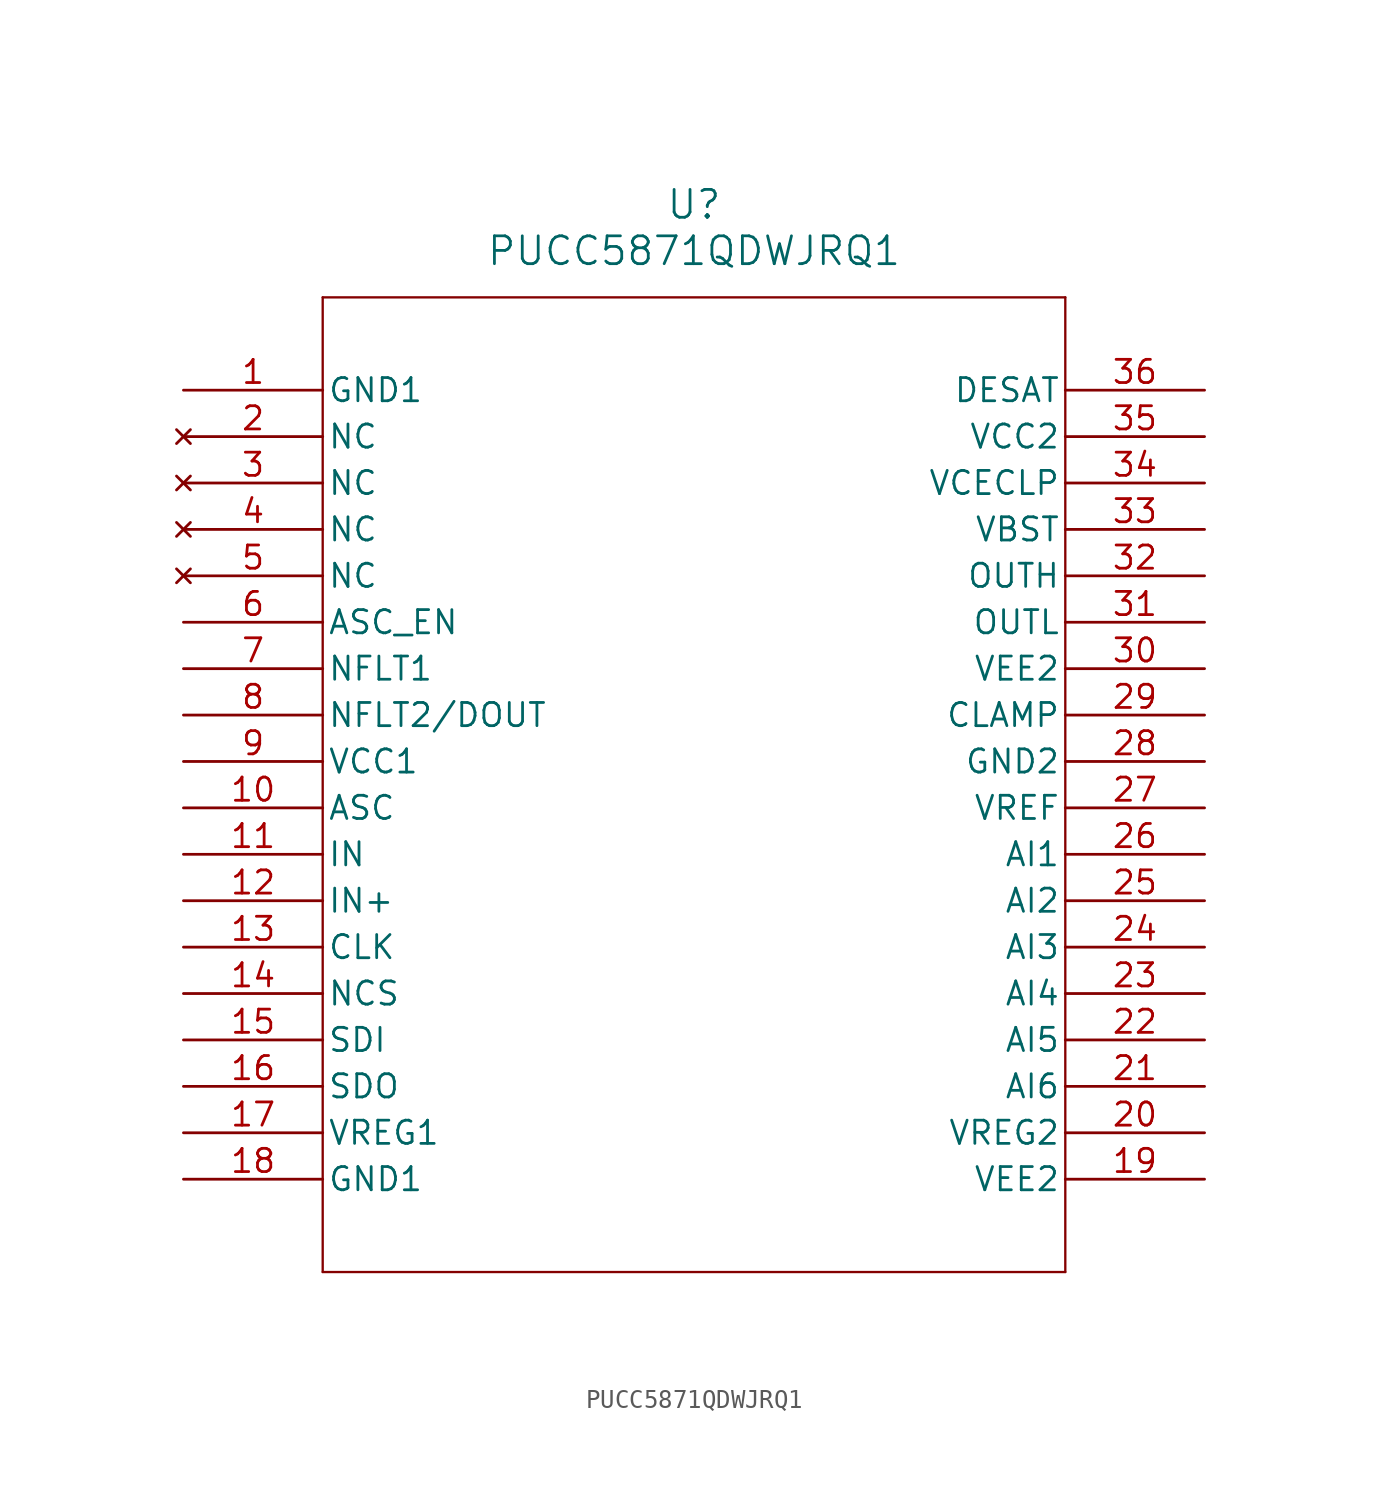
<source format=kicad_sym>
(kicad_symbol_lib
  (version 20211014)
  (generator kicad_symbol_editor)
  (symbol "PUCC5871QDWJRQ1"
    (pin_names
      (offset 0.254))
    (property "Reference" "U"
      (at 27.94 10.16 0)
      (effects (font (size 1.524 1.524))))
    (property "Value" "PUCC5871QDWJRQ1"
      (at 27.94 7.62 0)
      (effects (font (size 1.524 1.524))))
    (symbol "PUCC5871QDWJRQ1_0_1"
      (polyline (pts (xy 7.62 5.08) (xy 7.62 -48.26)) (stroke (width 0.127) (type default) (color 0 0 0 0)) (fill (type none)))
      (polyline (pts (xy 7.62 -48.26) (xy 48.26 -48.26)) (stroke (width 0.127) (type default) (color 0 0 0 0)) (fill (type none)))
      (polyline (pts (xy 48.26 -48.26) (xy 48.26 5.08)) (stroke (width 0.127) (type default) (color 0 0 0 0)) (fill (type none)))
      (polyline (pts (xy 48.26 5.08) (xy 7.62 5.08)) (stroke (width 0.127) (type default) (color 0 0 0 0)) (fill (type none)))
      (pin power_out line (at 0 0 0) (length 7.62) (name "GND1" (effects (font (size 1.27 1.27)))) (number "1" (effects (font (size 1.27 1.27)))))
      (pin no_connect line (at 0 -2.54 0) (length 7.62) (name "NC" (effects (font (size 1.27 1.27)))) (number "2" (effects (font (size 1.27 1.27)))))
      (pin no_connect line (at 0 -5.08 0) (length 7.62) (name "NC" (effects (font (size 1.27 1.27)))) (number "3" (effects (font (size 1.27 1.27)))))
      (pin no_connect line (at 0 -7.62 0) (length 7.62) (name "NC" (effects (font (size 1.27 1.27)))) (number "4" (effects (font (size 1.27 1.27)))))
      (pin no_connect line (at 0 -10.16 0) (length 7.62) (name "NC" (effects (font (size 1.27 1.27)))) (number "5" (effects (font (size 1.27 1.27)))))
      (pin input line (at 0 -12.7 0) (length 7.62) (name "ASC_EN" (effects (font (size 1.27 1.27)))) (number "6" (effects (font (size 1.27 1.27)))))
      (pin output line (at 0 -15.24 0) (length 7.62) (name "NFLT1" (effects (font (size 1.27 1.27)))) (number "7" (effects (font (size 1.27 1.27)))))
      (pin output line (at 0 -17.78 0) (length 7.62) (name "NFLT2/DOUT" (effects (font (size 1.27 1.27)))) (number "8" (effects (font (size 1.27 1.27)))))
      (pin power_in line (at 0 -20.32 0) (length 7.62) (name "VCC1" (effects (font (size 1.27 1.27)))) (number "9" (effects (font (size 1.27 1.27)))))
      (pin input line (at 0 -22.86 0) (length 7.62) (name "ASC" (effects (font (size 1.27 1.27)))) (number "10" (effects (font (size 1.27 1.27)))))
      (pin input line (at 0 -25.4 0) (length 7.62) (name "IN" (effects (font (size 1.27 1.27)))) (number "11" (effects (font (size 1.27 1.27)))))
      (pin input line (at 0 -27.94 0) (length 7.62) (name "IN+" (effects (font (size 1.27 1.27)))) (number "12" (effects (font (size 1.27 1.27)))))
      (pin input line (at 0 -30.48 0) (length 7.62) (name "CLK" (effects (font (size 1.27 1.27)))) (number "13" (effects (font (size 1.27 1.27)))))
      (pin input line (at 0 -33.02 0) (length 7.62) (name "NCS" (effects (font (size 1.27 1.27)))) (number "14" (effects (font (size 1.27 1.27)))))
      (pin input line (at 0 -35.56 0) (length 7.62) (name "SDI" (effects (font (size 1.27 1.27)))) (number "15" (effects (font (size 1.27 1.27)))))
      (pin output line (at 0 -38.1 0) (length 7.62) (name "SDO" (effects (font (size 1.27 1.27)))) (number "16" (effects (font (size 1.27 1.27)))))
      (pin power_in line (at 0 -40.64 0) (length 7.62) (name "VREG1" (effects (font (size 1.27 1.27)))) (number "17" (effects (font (size 1.27 1.27)))))
      (pin power_out line (at 0 -43.18 0) (length 7.62) (name "GND1" (effects (font (size 1.27 1.27)))) (number "18" (effects (font (size 1.27 1.27)))))
      (pin power_in line (at 55.88 -43.18 180) (length 7.62) (name "VEE2" (effects (font (size 1.27 1.27)))) (number "19" (effects (font (size 1.27 1.27)))))
      (pin power_in line (at 55.88 -40.64 180) (length 7.62) (name "VREG2" (effects (font (size 1.27 1.27)))) (number "20" (effects (font (size 1.27 1.27)))))
      (pin input line (at 55.88 -38.1 180) (length 7.62) (name "AI6" (effects (font (size 1.27 1.27)))) (number "21" (effects (font (size 1.27 1.27)))))
      (pin input line (at 55.88 -35.56 180) (length 7.62) (name "AI5" (effects (font (size 1.27 1.27)))) (number "22" (effects (font (size 1.27 1.27)))))
      (pin input line (at 55.88 -33.02 180) (length 7.62) (name "AI4" (effects (font (size 1.27 1.27)))) (number "23" (effects (font (size 1.27 1.27)))))
      (pin input line (at 55.88 -30.48 180) (length 7.62) (name "AI3" (effects (font (size 1.27 1.27)))) (number "24" (effects (font (size 1.27 1.27)))))
      (pin input line (at 55.88 -27.94 180) (length 7.62) (name "AI2" (effects (font (size 1.27 1.27)))) (number "25" (effects (font (size 1.27 1.27)))))
      (pin input line (at 55.88 -25.4 180) (length 7.62) (name "AI1" (effects (font (size 1.27 1.27)))) (number "26" (effects (font (size 1.27 1.27)))))
      (pin power_in line (at 55.88 -22.86 180) (length 7.62) (name "VREF" (effects (font (size 1.27 1.27)))) (number "27" (effects (font (size 1.27 1.27)))))
      (pin power_out line (at 55.88 -20.32 180) (length 7.62) (name "GND2" (effects (font (size 1.27 1.27)))) (number "28" (effects (font (size 1.27 1.27)))))
      (pin bidirectional line (at 55.88 -17.78 180) (length 7.62) (name "CLAMP" (effects (font (size 1.27 1.27)))) (number "29" (effects (font (size 1.27 1.27)))))
      (pin power_in line (at 55.88 -15.24 180) (length 7.62) (name "VEE2" (effects (font (size 1.27 1.27)))) (number "30" (effects (font (size 1.27 1.27)))))
      (pin output line (at 55.88 -12.7 180) (length 7.62) (name "OUTL" (effects (font (size 1.27 1.27)))) (number "31" (effects (font (size 1.27 1.27)))))
      (pin output line (at 55.88 -10.16 180) (length 7.62) (name "OUTH" (effects (font (size 1.27 1.27)))) (number "32" (effects (font (size 1.27 1.27)))))
      (pin power_in line (at 55.88 -7.62 180) (length 7.62) (name "VBST" (effects (font (size 1.27 1.27)))) (number "33" (effects (font (size 1.27 1.27)))))
      (pin input line (at 55.88 -5.08 180) (length 7.62) (name "VCECLP" (effects (font (size 1.27 1.27)))) (number "34" (effects (font (size 1.27 1.27)))))
      (pin power_in line (at 55.88 -2.54 180) (length 7.62) (name "VCC2" (effects (font (size 1.27 1.27)))) (number "35" (effects (font (size 1.27 1.27)))))
      (pin input line (at 55.88 0 180) (length 7.62) (name "DESAT" (effects (font (size 1.27 1.27)))) (number "36" (effects (font (size 1.27 1.27))))))))
</source>
